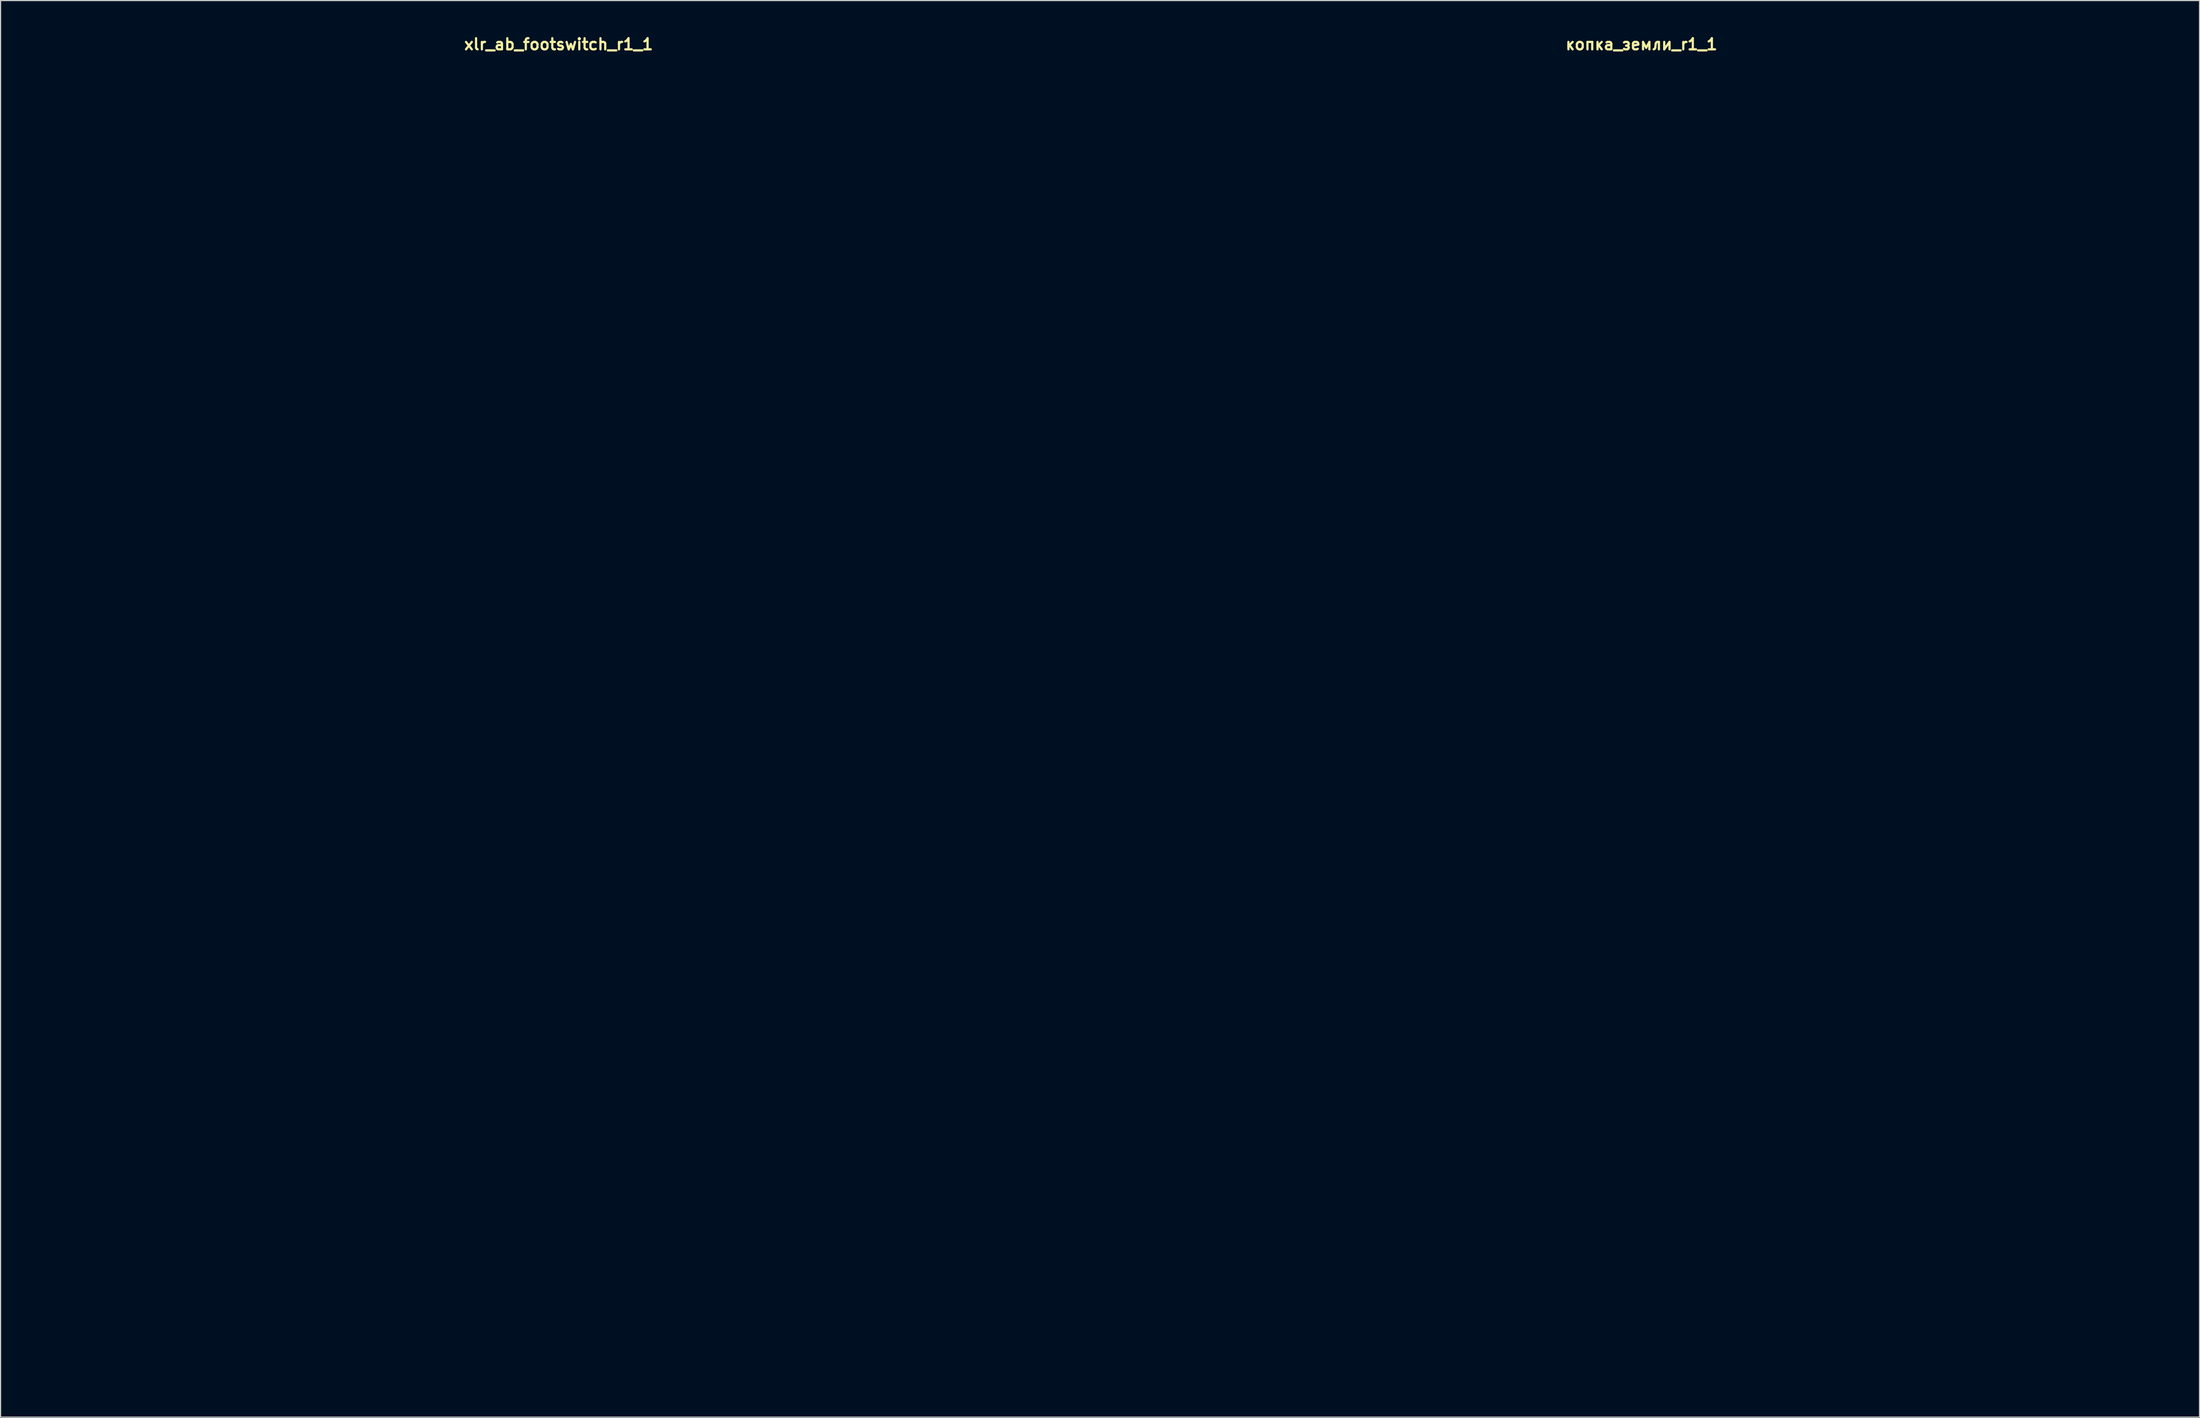
<source format=kicad_pcb>
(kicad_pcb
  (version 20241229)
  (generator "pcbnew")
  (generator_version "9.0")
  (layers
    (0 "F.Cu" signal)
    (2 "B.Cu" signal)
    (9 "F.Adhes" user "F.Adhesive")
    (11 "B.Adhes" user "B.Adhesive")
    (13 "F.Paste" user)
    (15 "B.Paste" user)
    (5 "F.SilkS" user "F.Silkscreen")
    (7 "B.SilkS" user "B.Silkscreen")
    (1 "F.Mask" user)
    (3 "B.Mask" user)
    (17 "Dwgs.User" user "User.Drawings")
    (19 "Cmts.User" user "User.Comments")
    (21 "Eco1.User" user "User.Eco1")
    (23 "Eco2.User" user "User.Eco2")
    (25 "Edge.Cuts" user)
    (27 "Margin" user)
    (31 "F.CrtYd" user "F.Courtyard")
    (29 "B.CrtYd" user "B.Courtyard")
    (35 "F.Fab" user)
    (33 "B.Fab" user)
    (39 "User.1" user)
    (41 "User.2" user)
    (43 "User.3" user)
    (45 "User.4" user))
  (footprint "xlr_ab_footswitch_r1_1"
    (layer "F.Cu")
    (at 47.2 61.515)
    (property "Reference" "xlr_ab_footswitch_r1_1" (at 0 -60.579 0) (layer "F.SilkS") (effects (font (size 1 1) (thickness 0.2))))
    (attr through_hole)
    (fp_line (start -47 -59.75) (end -47 59.75) (stroke (width 0.4) (type solid)) (layer "Eco1.User"))
    (fp_line (start -47 -59.75) (end 47 -59.75) (stroke (width 0.4) (type solid)) (layer "Eco1.User"))
    (fp_line (start -47 59.75) (end 47 59.75) (stroke (width 0.4) (type solid)) (layer "Eco1.User"))
    (fp_line (start -44.75 -57.5) (end -44.75 57.5) (stroke (width 0.4) (type solid)) (layer "Eco1.User"))
    (fp_line (start -44.75 -57.5) (end 44.75 -57.5) (stroke (width 0.4) (type solid)) (layer "Eco1.User"))
    (fp_line (start -44.75 57.5) (end 44.75 57.5) (stroke (width 0.4) (type solid)) (layer "Eco1.User"))
    (fp_line (start 44.75 -57.5) (end 44.75 57.5) (stroke (width 0.4) (type solid)) (layer "Eco1.User"))
    (fp_line (start 47 -59.75) (end 47 59.75) (stroke (width 0.4) (type solid)) (layer "Eco1.User"))
    (fp_circle (center 0 0) (end 6.1 0) (stroke (width 0.4) (type solid)) (fill no) (layer "Eco1.User"))
    (fp_circle (center 0 0) (end 9.75 0) (stroke (width 0.4) (type solid)) (fill no) (layer "Eco1.User"))
    (fp_circle (center 30 -29.875) (end 33.25 -29.875) (stroke (width 0.4) (type solid)) (fill no) (layer "Eco1.User"))
    (fp_circle (center 30 -29.875) (end 34 -29.875) (stroke (width 0.4) (type solid)) (fill no) (layer "Eco1.User"))
    (fp_circle (center 30 29.875) (end 33.25 29.875) (stroke (width 0.4) (type solid)) (fill no) (layer "Eco1.User"))
    (fp_circle (center 30 29.875) (end 34 29.875) (stroke (width 0.4) (type solid)) (fill no) (layer "Eco1.User"))
    (fp_line (start -47 -59.75) (end -47 59.75) (stroke (width 0.4) (type solid)) (layer "Eco2.User"))
    (fp_line (start -47 -59.75) (end 47 -59.75) (stroke (width 0.4) (type solid)) (layer "Eco2.User"))
    (fp_line (start -47 59.75) (end 47 59.75) (stroke (width 0.4) (type solid)) (layer "Eco2.User"))
    (fp_line (start -5.715 -46.99) (end -4.445 -46.99) (stroke (width 0.25) (type solid)) (layer "Eco2.User"))
    (fp_line (start -5.08 -47.625) (end -5.08 -46.355) (stroke (width 0.25) (type solid)) (layer "Eco2.User"))
    (fp_line (start -3.81 -46.99) (end -1.27 -46.99) (stroke (width 0.5) (type solid)) (layer "Eco2.User"))
    (fp_line (start 0 -46.99) (end 3.81 -46.99) (stroke (width 0.5) (type solid)) (layer "Eco2.User"))
    (fp_line (start 4.445 -46.99) (end 5.715 -46.99) (stroke (width 0.25) (type solid)) (layer "Eco2.User"))
    (fp_line (start 47 -59.75) (end 47 59.75) (stroke (width 0.4) (type solid)) (layer "Eco2.User"))
    (fp_arc (start 0 -45.72) (mid -1.27 -46.99) (end 0 -48.26) (stroke (width 0.5) (type solid)) (layer "Eco2.User"))
    (fp_circle (center -5.08 -46.99) (end -3.81 -46.99) (stroke (width 0.5) (type solid)) (fill no) (layer "Eco2.User"))
    (fp_circle (center 0 -46.99) (end 0.25 -46.99) (stroke (width 0.5) (type solid)) (fill no) (layer "Eco2.User"))
    (fp_circle (center 5.08 -46.99) (end 6.35 -46.99) (stroke (width 0.5) (type solid)) (fill no) (layer "Eco2.User"))
    (fp_text user "OFF" (at -42.545 -31.625 0) (unlocked yes) (layer "Eco2.User") (effects (font (size 3 3) (thickness 0.5)) (justify left)))
    (fp_text user "A" (at 42.545 -29.875 0) (unlocked yes) (layer "Eco2.User") (effects (font (size 3 3) (thickness 0.5)) (justify right)))
    (fp_text user "9V" (at 0 -53.34 0) (unlocked yes) (layer "Eco2.User") (effects (font (size 3 3) (thickness 0.5))))
    (fp_text user "TOGGLE" (at 0 13.335 0) (unlocked yes) (layer "Eco2.User") (effects (font (size 3 3) (thickness 0.5))))
    (fp_text user "IN/OUT" (at -42.545 0 0) (unlocked yes) (layer "Eco2.User") (effects (font (size 3 3) (thickness 0.5)) (justify left)))
    (fp_text user "ON" (at -42.545 -41.025 0) (unlocked yes) (layer "Eco2.User") (effects (font (size 3 3) (thickness 0.5)) (justify left)))
    (fp_text user "-ТТКРЧПДЛ-\nXLR A/B FOOTSWITCH\nREV. 1" (at 0 45.72 0) (unlocked yes) (layer "Eco2.User") (effects (font (size 3 3) (thickness 0.5))))
    (fp_text user "B" (at 42.545 29.875 0) (unlocked yes) (layer "Eco2.User") (effects (font (size 3 3) (thickness 0.5)) (justify right))))
  (footprint "копка_земли_r1_1"
    (layer "F.Cu")
    (at 144.6 61.515)
    (property "Reference" "копка_земли_r1_1" (at 0 -60.579 0) (layer "F.SilkS") (effects (font (size 1 1) (thickness 0.2))))
    (attr through_hole)
    (fp_line (start -47 -59.75) (end -47 59.75) (stroke (width 0.4) (type solid)) (layer "Eco1.User"))
    (fp_line (start -47 -59.75) (end 47 -59.75) (stroke (width 0.4) (type solid)) (layer "Eco1.User"))
    (fp_line (start -47 59.75) (end 47 59.75) (stroke (width 0.4) (type solid)) (layer "Eco1.User"))
    (fp_line (start -44.75 -57.5) (end -44.75 57.5) (stroke (width 0.4) (type solid)) (layer "Eco1.User"))
    (fp_line (start -44.75 -57.5) (end 44.75 -57.5) (stroke (width 0.4) (type solid)) (layer "Eco1.User"))
    (fp_line (start -44.75 57.5) (end 44.75 57.5) (stroke (width 0.4) (type solid)) (layer "Eco1.User"))
    (fp_line (start 44.75 -57.5) (end 44.75 57.5) (stroke (width 0.4) (type solid)) (layer "Eco1.User"))
    (fp_line (start 47 -59.75) (end 47 59.75) (stroke (width 0.4) (type solid)) (layer "Eco1.User"))
    (fp_circle (center -33.02 -31.55) (end -29.32 -31.55) (stroke (width 0.4) (type solid)) (fill no) (layer "Eco1.User"))
    (fp_circle (center -33.02 -31.55) (end -23.52 -31.55) (stroke (width 0.4) (type solid)) (fill no) (layer "Eco1.User"))
    (fp_circle (center -33.02 -4.88) (end -29.32 -4.88) (stroke (width 0.4) (type solid)) (fill no) (layer "Eco1.User"))
    (fp_circle (center -33.02 -4.88) (end -23.52 -4.88) (stroke (width 0.4) (type solid)) (fill no) (layer "Eco1.User"))
    (fp_circle (center -29.21 -52.07) (end -27.71 -52.07) (stroke (width 0.4) (type solid)) (fill no) (layer "Eco1.User"))
    (fp_circle (center -29.21 -52.07) (end -25.71 -52.07) (stroke (width 0.4) (type solid)) (fill no) (layer "Eco1.User"))
    (fp_circle (center -8.89 -52.07) (end -7.39 -52.07) (stroke (width 0.4) (type solid)) (fill no) (layer "Eco1.User"))
    (fp_circle (center -8.89 -52.07) (end -5.39 -52.07) (stroke (width 0.4) (type solid)) (fill no) (layer "Eco1.User"))
    (fp_circle (center 0 -31.55) (end 3.7 -31.55) (stroke (width 0.4) (type solid)) (fill no) (layer "Eco1.User"))
    (fp_circle (center 0 -31.55) (end 9.5 -31.55) (stroke (width 0.4) (type solid)) (fill no) (layer "Eco1.User"))
    (fp_circle (center 0 -4.88) (end 3.7 -4.88) (stroke (width 0.4) (type solid)) (fill no) (layer "Eco1.User"))
    (fp_circle (center 0 -4.88) (end 9.5 -4.88) (stroke (width 0.4) (type solid)) (fill no) (layer "Eco1.User"))
    (fp_circle (center 0 13.97) (end 2.65 13.97) (stroke (width 0.4) (type solid)) (fill no) (layer "Eco1.User"))
    (fp_circle (center 0 29.21) (end 6.5 29.21) (stroke (width 0.4) (type solid)) (fill no) (layer "Eco1.User"))
    (fp_circle (center 0 29.21) (end 9.75 29.21) (stroke (width 0.4) (type solid)) (fill no) (layer "Eco1.User"))
    (fp_circle (center 8.89 -52.07) (end 10.39 -52.07) (stroke (width 0.4) (type solid)) (fill no) (layer "Eco1.User"))
    (fp_circle (center 8.89 -52.07) (end 12.39 -52.07) (stroke (width 0.4) (type solid)) (fill no) (layer "Eco1.User"))
    (fp_circle (center 29.21 -52.07) (end 30.71 -52.07) (stroke (width 0.4) (type solid)) (fill no) (layer "Eco1.User"))
    (fp_circle (center 29.21 -52.07) (end 32.71 -52.07) (stroke (width 0.4) (type solid)) (fill no) (layer "Eco1.User"))
    (fp_circle (center 33.02 -31.55) (end 36.72 -31.55) (stroke (width 0.4) (type solid)) (fill no) (layer "Eco1.User"))
    (fp_circle (center 33.02 -31.55) (end 42.52 -31.55) (stroke (width 0.4) (type solid)) (fill no) (layer "Eco1.User"))
    (fp_circle (center 33.02 -4.88) (end 36.72 -4.88) (stroke (width 0.4) (type solid)) (fill no) (layer "Eco1.User"))
    (fp_circle (center 33.02 -4.88) (end 42.52 -4.88) (stroke (width 0.4) (type solid)) (fill no) (layer "Eco1.User"))
    (fp_line (start -47 -59.75) (end -47 59.75) (stroke (width 0.4) (type solid)) (layer "Eco2.User"))
    (fp_line (start -47 -59.75) (end 47 -59.75) (stroke (width 0.4) (type solid)) (layer "Eco2.User"))
    (fp_line (start -47 59.75) (end 47 59.75) (stroke (width 0.4) (type solid)) (layer "Eco2.User"))
    (fp_line (start -5.715 -45.72) (end -4.445 -45.72) (stroke (width 0.25) (type solid)) (layer "Eco2.User"))
    (fp_line (start -5.08 -46.355) (end -5.08 -45.085) (stroke (width 0.25) (type solid)) (layer "Eco2.User"))
    (fp_line (start -3.81 -45.72) (end -1.27 -45.72) (stroke (width 0.5) (type solid)) (layer "Eco2.User"))
    (fp_line (start 0 -45.72) (end 3.81 -45.72) (stroke (width 0.5) (type solid)) (layer "Eco2.User"))
    (fp_line (start 4.445 -45.72) (end 5.715 -45.72) (stroke (width 0.25) (type solid)) (layer "Eco2.User"))
    (fp_line (start 47 -59.75) (end 47 59.75) (stroke (width 0.4) (type solid)) (layer "Eco2.User"))
    (fp_arc (start 0 -44.45) (mid -1.27 -45.72) (end 0 -46.99) (stroke (width 0.5) (type solid)) (layer "Eco2.User"))
    (fp_circle (center -5.08 -45.72) (end -3.81 -45.72) (stroke (width 0.5) (type solid)) (fill no) (layer "Eco2.User"))
    (fp_circle (center 0 -45.72) (end 0.25 -45.72) (stroke (width 0.5) (type solid)) (fill no) (layer "Eco2.User"))
    (fp_circle (center 5.08 -45.72) (end 6.35 -45.72) (stroke (width 0.5) (type solid)) (fill no) (layer "Eco2.User")))
  (gr_rect
    (start -3 -3)
    (end 194.8 124.465)
    (stroke (width 0.1) (type default))
    (fill no)
    (layer "Edge.Cuts")))
</source>
